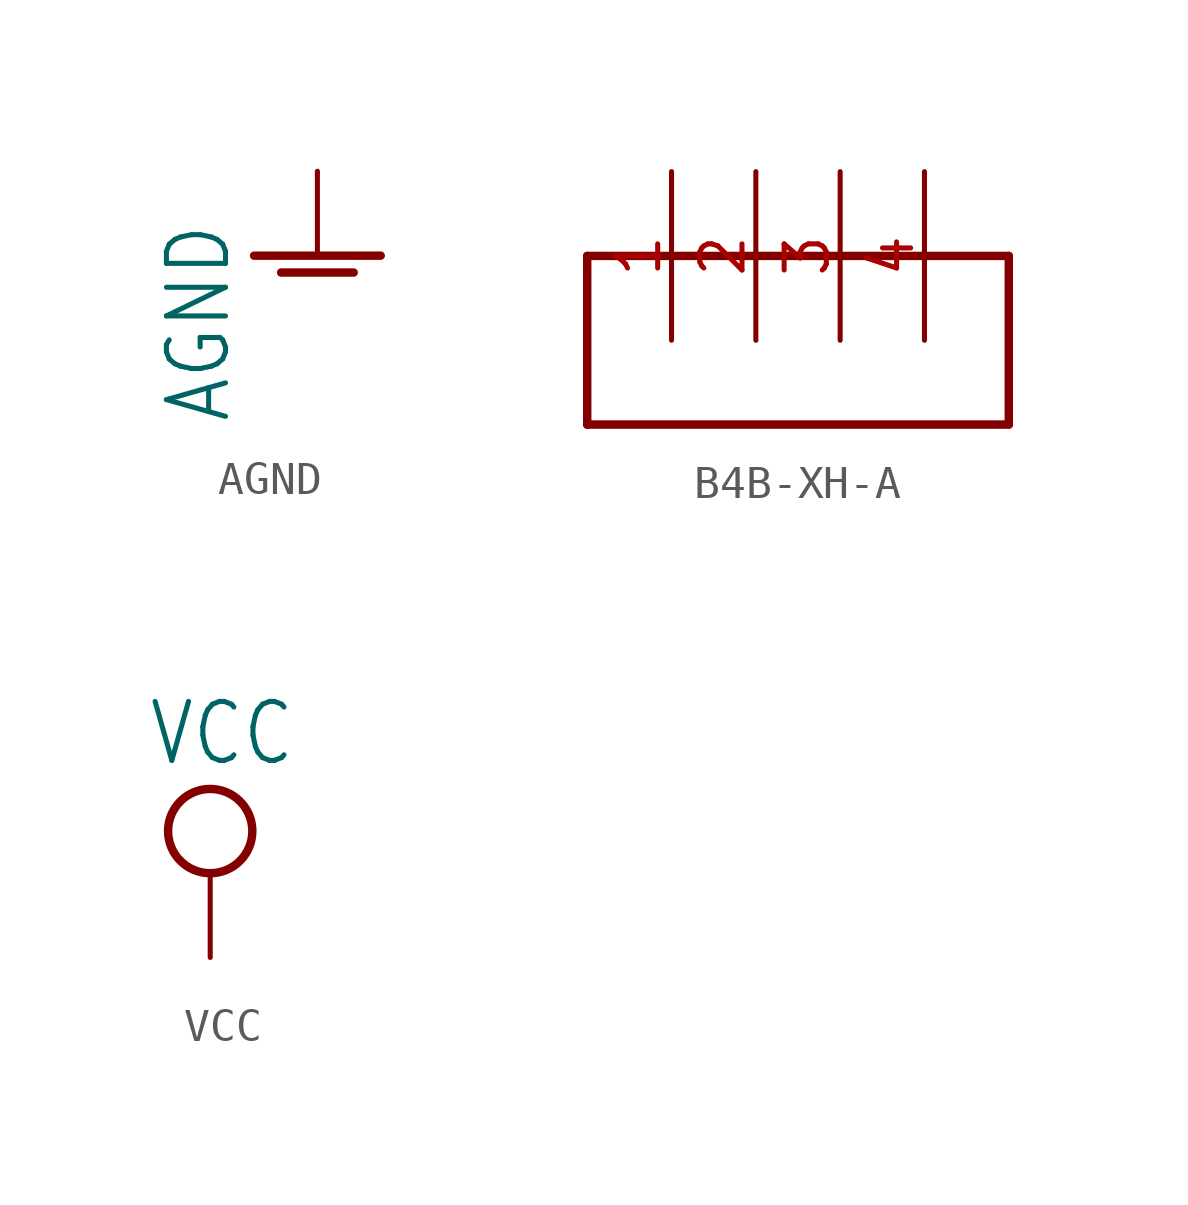
<source format=kicad_sym>
(kicad_symbol_lib
  (version 20211014)
  (generator kicad_symbol_editor)
  (symbol "AGND"
    (power)
    (property "Reference" "#AGND"
      (at 0 0 0)
      (effects (font (size 1.27 1.27)) hide))
    (property "Value" "AGND"
      (at -2.54 -5.08 90)
      (effects (font (size 1.778 1.511)) (justify left bottom)))
    (property "ki_locked" ""
      (at 0 0 0)
      (effects (font (size 1.27 1.27))))
    (symbol "AGND_1_0"
      (polyline (pts (xy -1.905 0) (xy 1.905 0)) (stroke (width 0.254) (type default) (color 0 0 0 0)) (fill (type none)))
      (polyline (pts (xy -1.092 -0.508) (xy 1.092 -0.508)) (stroke (width 0.254) (type default) (color 0 0 0 0)) (fill (type none)))
      (pin power_in line (at 0 2.54 270) (length 2.54) (name "AGND" (effects (font (size 0 0)))) (number "1" (effects (font (size 0 0)))))))
  (symbol "B4B-XH-A"
    (property "Reference" ""
      (at 0 0 0)
      (effects (font (size 1.27 1.27)) hide))
    (property "ki_locked" ""
      (at 0 0 0)
      (effects (font (size 1.27 1.27))))
    (symbol "B4B-XH-A_1_0"
      (polyline (pts (xy -5.08 -5.08) (xy -5.08 0)) (stroke (width 0.254) (type default) (color 0 0 0 0)) (fill (type none)))
      (polyline (pts (xy -5.08 0) (xy 7.62 0)) (stroke (width 0.254) (type default) (color 0 0 0 0)) (fill (type none)))
      (polyline (pts (xy 7.62 -5.08) (xy -5.08 -5.08)) (stroke (width 0.254) (type default) (color 0 0 0 0)) (fill (type none)))
      (polyline (pts (xy 7.62 0) (xy 7.62 -5.08)) (stroke (width 0.254) (type default) (color 0 0 0 0)) (fill (type none)))
      (pin bidirectional line (at -2.54 2.54 270) (length 5.08) (name "1" (effects (font (size 0 0)))) (number "1" (effects (font (size 1.27 1.27)))))
      (pin bidirectional line (at 0 2.54 270) (length 5.08) (name "2" (effects (font (size 0 0)))) (number "2" (effects (font (size 1.27 1.27)))))
      (pin bidirectional line (at 2.54 2.54 270) (length 5.08) (name "3" (effects (font (size 0 0)))) (number "3" (effects (font (size 1.27 1.27)))))
      (pin bidirectional line (at 5.08 2.54 270) (length 5.08) (name "4" (effects (font (size 0 0)))) (number "4" (effects (font (size 1.27 1.27)))))))
  (symbol "VCC"
    (power)
    (property "Reference" "#SUPPLY"
      (at 0 0 0)
      (effects (font (size 1.27 1.27)) hide))
    (property "Value" "VCC"
      (at -1.905 3.175 0)
      (effects (font (size 1.778 1.511)) (justify left bottom)))
    (property "ki_locked" ""
      (at 0 0 0)
      (effects (font (size 1.27 1.27))))
    (symbol "VCC_1_0"
      (circle (center 0 1.27) (radius 1.27) (stroke (width 0.254) (type default) (color 0 0 0 0)) (fill (type none)))
      (pin power_in line (at 0 -2.54 90) (length 2.54) (name "VCC" (effects (font (size 0 0)))) (number "1" (effects (font (size 0 0))))))))
</source>
